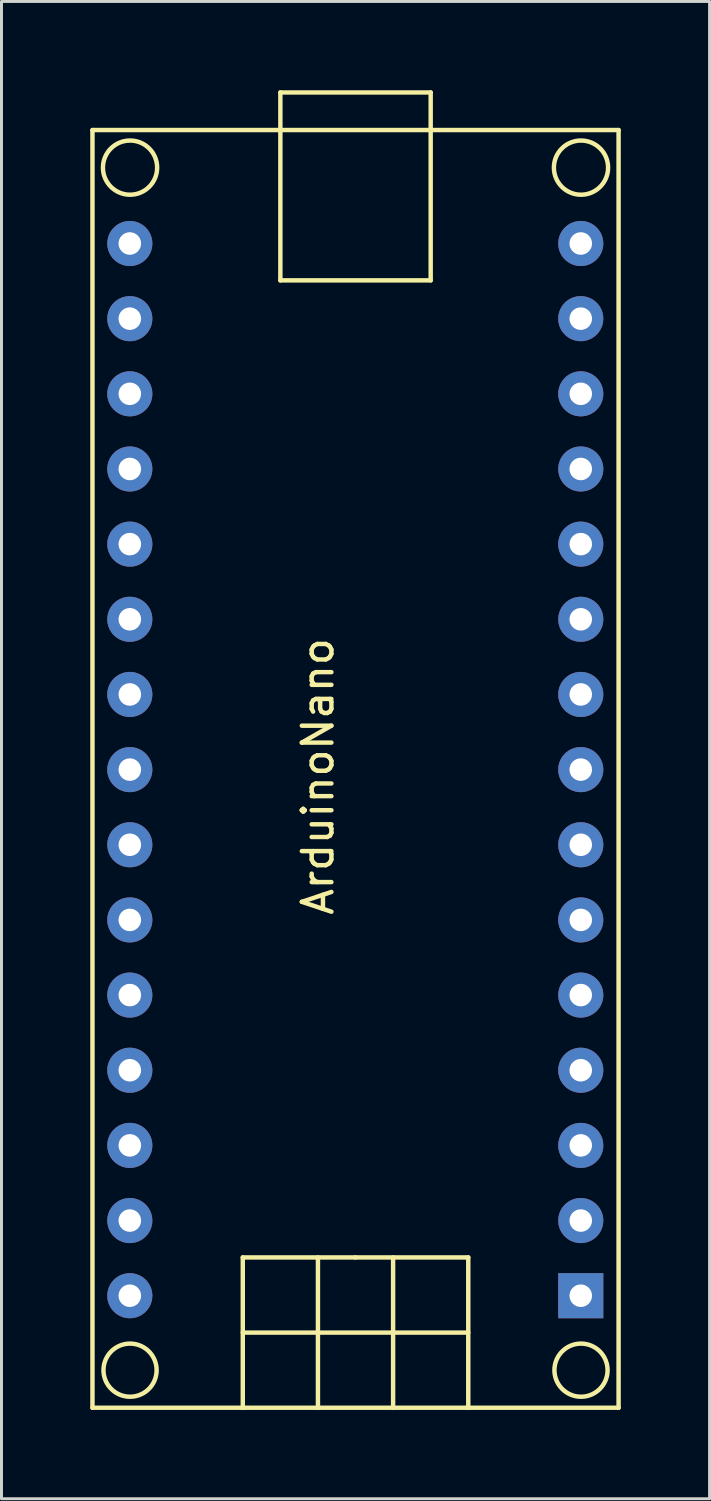
<source format=kicad_pcb>
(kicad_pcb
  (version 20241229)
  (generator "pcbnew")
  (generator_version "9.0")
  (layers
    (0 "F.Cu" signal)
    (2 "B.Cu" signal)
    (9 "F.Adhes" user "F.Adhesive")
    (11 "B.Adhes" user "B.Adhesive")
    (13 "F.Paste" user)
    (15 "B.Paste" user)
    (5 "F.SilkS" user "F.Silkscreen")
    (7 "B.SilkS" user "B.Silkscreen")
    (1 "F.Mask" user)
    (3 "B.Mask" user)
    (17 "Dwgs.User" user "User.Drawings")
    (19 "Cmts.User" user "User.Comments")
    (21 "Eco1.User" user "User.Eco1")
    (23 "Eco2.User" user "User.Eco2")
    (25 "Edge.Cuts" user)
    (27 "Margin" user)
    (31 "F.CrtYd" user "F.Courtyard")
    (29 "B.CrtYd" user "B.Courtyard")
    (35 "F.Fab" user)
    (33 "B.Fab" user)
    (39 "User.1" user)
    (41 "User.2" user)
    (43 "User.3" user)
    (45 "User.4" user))
  (footprint "ArduinoNano"
    (layer "F.Cu")
    (at 8.965 22.935)
    (property "Reference" "ArduinoNano" (at -1.27 0.254 90) (layer "F.SilkS") (effects (font (size 1 1) (thickness 0.15))))
    (attr through_hole)
    (fp_line (start -8.89 -21.59) (end -8.89 21.59) (stroke (width 0.15) (type solid)) (layer "F.SilkS"))
    (fp_line (start -8.89 21.59) (end 8.89 21.59) (stroke (width 0.15) (type solid)) (layer "F.SilkS"))
    (fp_line (start -3.81 16.51) (end -3.81 21.59) (stroke (width 0.15) (type solid)) (layer "F.SilkS"))
    (fp_line (start -3.81 19.05) (end 3.81 19.05) (stroke (width 0.15) (type solid)) (layer "F.SilkS"))
    (fp_line (start -2.54 -22.86) (end 2.54 -22.86) (stroke (width 0.15) (type solid)) (layer "F.SilkS"))
    (fp_line (start -2.54 -16.51) (end -2.54 -22.86) (stroke (width 0.15) (type solid)) (layer "F.SilkS"))
    (fp_line (start -1.27 21.59) (end -1.27 16.51) (stroke (width 0.15) (type solid)) (layer "F.SilkS"))
    (fp_line (start 0 16.51) (end -3.81 16.51) (stroke (width 0.15) (type solid)) (layer "F.SilkS"))
    (fp_line (start 0 16.51) (end 3.81 16.51) (stroke (width 0.15) (type solid)) (layer "F.SilkS"))
    (fp_line (start 1.27 21.59) (end 1.27 16.51) (stroke (width 0.15) (type solid)) (layer "F.SilkS"))
    (fp_line (start 2.54 -22.86) (end 2.54 -16.51) (stroke (width 0.15) (type solid)) (layer "F.SilkS"))
    (fp_line (start 2.54 -16.51) (end -2.54 -16.51) (stroke (width 0.15) (type solid)) (layer "F.SilkS"))
    (fp_line (start 3.81 16.51) (end 3.81 21.59) (stroke (width 0.15) (type solid)) (layer "F.SilkS"))
    (fp_line (start 8.89 -21.59) (end -8.89 -21.59) (stroke (width 0.15) (type solid)) (layer "F.SilkS"))
    (fp_line (start 8.89 21.59) (end 8.89 -21.59) (stroke (width 0.15) (type solid)) (layer "F.SilkS"))
    (fp_circle (center -7.62 -20.32) (end -6.858 -19.812) (stroke (width 0.15) (type solid)) (fill no) (layer "F.SilkS"))
    (fp_circle (center -7.62 20.32) (end -6.985 20.955) (stroke (width 0.15) (type solid)) (fill no) (layer "F.SilkS"))
    (fp_circle (center 7.62 -20.32) (end 8.128 -19.558) (stroke (width 0.15) (type solid)) (fill no) (layer "F.SilkS"))
    (fp_circle (center 7.62 20.32) (end 6.985 19.685) (stroke (width 0.15) (type solid)) (fill no) (layer "F.SilkS"))
    (pad "1" thru_hole rect (at 7.612 17.804) (size 1.524 1.524) (drill 0.762) (layers "*.Cu" "*.Mask"))
    (pad "2" thru_hole circle (at 7.612 15.264) (size 1.524 1.524) (drill 0.762) (layers "*.Cu" "*.Mask"))
    (pad "3" thru_hole circle (at 7.612 12.724) (size 1.524 1.524) (drill 0.762) (layers "*.Cu" "*.Mask"))
    (pad "4" thru_hole circle (at 7.612 10.184) (size 1.524 1.524) (drill 0.762) (layers "*.Cu" "*.Mask"))
    (pad "5" thru_hole circle (at 7.612 7.644) (size 1.524 1.524) (drill 0.762) (layers "*.Cu" "*.Mask"))
    (pad "6" thru_hole circle (at 7.612 5.104) (size 1.524 1.524) (drill 0.762) (layers "*.Cu" "*.Mask"))
    (pad "7" thru_hole circle (at 7.612 2.564) (size 1.524 1.524) (drill 0.762) (layers "*.Cu" "*.Mask"))
    (pad "8" thru_hole circle (at 7.612 0.024) (size 1.524 1.524) (drill 0.762) (layers "*.Cu" "*.Mask"))
    (pad "9" thru_hole circle (at 7.612 -2.516) (size 1.524 1.524) (drill 0.762) (layers "*.Cu" "*.Mask"))
    (pad "10" thru_hole circle (at 7.612 -5.056) (size 1.524 1.524) (drill 0.762) (layers "*.Cu" "*.Mask"))
    (pad "11" thru_hole circle (at 7.612 -7.596) (size 1.524 1.524) (drill 0.762) (layers "*.Cu" "*.Mask"))
    (pad "12" thru_hole circle (at 7.612 -10.136) (size 1.524 1.524) (drill 0.762) (layers "*.Cu" "*.Mask"))
    (pad "13" thru_hole circle (at 7.612 -12.676) (size 1.524 1.524) (drill 0.762) (layers "*.Cu" "*.Mask"))
    (pad "14" thru_hole circle (at 7.612 -15.216) (size 1.524 1.524) (drill 0.762) (layers "*.Cu" "*.Mask"))
    (pad "15" thru_hole circle (at 7.612 -17.756) (size 1.524 1.524) (drill 0.762) (layers "*.Cu" "*.Mask"))
    (pad "16" thru_hole circle (at -7.628 -17.756) (size 1.524 1.524) (drill 0.762) (layers "*.Cu" "*.Mask"))
    (pad "17" thru_hole circle (at -7.628 -15.216) (size 1.524 1.524) (drill 0.762) (layers "*.Cu" "*.Mask"))
    (pad "18" thru_hole circle (at -7.628 -12.676) (size 1.524 1.524) (drill 0.762) (layers "*.Cu" "*.Mask"))
    (pad "19" thru_hole circle (at -7.628 -10.136) (size 1.524 1.524) (drill 0.762) (layers "*.Cu" "*.Mask"))
    (pad "20" thru_hole circle (at -7.628 -7.596) (size 1.524 1.524) (drill 0.762) (layers "*.Cu" "*.Mask"))
    (pad "21" thru_hole circle (at -7.628 -5.056) (size 1.524 1.524) (drill 0.762) (layers "*.Cu" "*.Mask"))
    (pad "22" thru_hole circle (at -7.628 -2.516) (size 1.524 1.524) (drill 0.762) (layers "*.Cu" "*.Mask"))
    (pad "23" thru_hole circle (at -7.628 0.024) (size 1.524 1.524) (drill 0.762) (layers "*.Cu" "*.Mask"))
    (pad "24" thru_hole circle (at -7.628 2.564) (size 1.524 1.524) (drill 0.762) (layers "*.Cu" "*.Mask"))
    (pad "25" thru_hole circle (at -7.628 5.104) (size 1.524 1.524) (drill 0.762) (layers "*.Cu" "*.Mask"))
    (pad "26" thru_hole circle (at -7.628 7.644) (size 1.524 1.524) (drill 0.762) (layers "*.Cu" "*.Mask"))
    (pad "27" thru_hole circle (at -7.628 10.184) (size 1.524 1.524) (drill 0.762) (layers "*.Cu" "*.Mask"))
    (pad "28" thru_hole circle (at -7.628 12.724) (size 1.524 1.524) (drill 0.762) (layers "*.Cu" "*.Mask"))
    (pad "29" thru_hole circle (at -7.628 15.264) (size 1.524 1.524) (drill 0.762) (layers "*.Cu" "*.Mask"))
    (pad "30" thru_hole circle (at -7.628 17.804) (size 1.524 1.524) (drill 0.762) (layers "*.Cu" "*.Mask")))
  (gr_rect
    (start -3 -3)
    (end 20.93 47.6)
    (stroke (width 0.1) (type default))
    (fill no)
    (layer "Edge.Cuts")))
</source>
